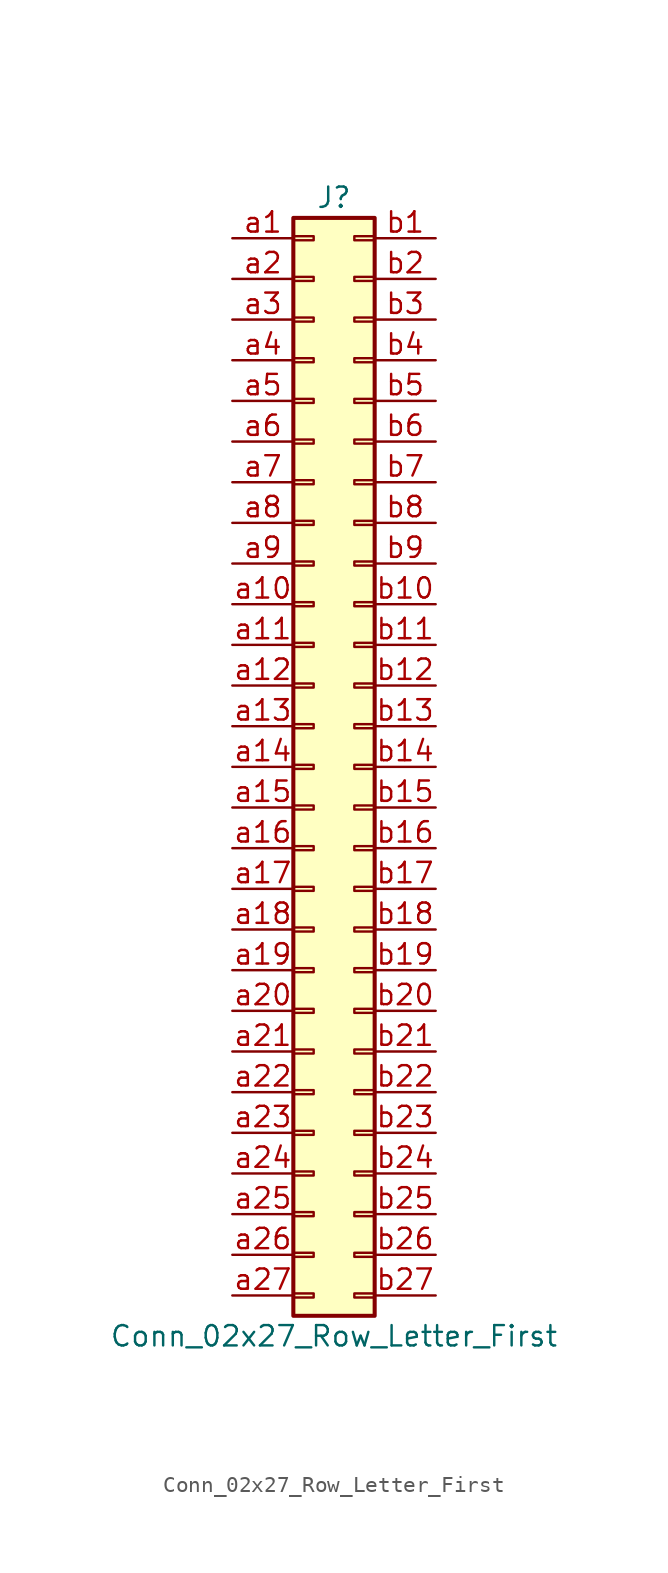
<source format=kicad_sym>
(kicad_symbol_lib
  (version 20220914)
  (generator kicad_symbol_editor)
  (symbol "Conn_02x27_Row_Letter_First"
    (pin_names
      (offset 1.016) hide)
    (property "Reference" "J"
      (at 1.27 35.56 0)
      (effects (font (size 1.27 1.27))))
    (property "Value" "Conn_02x27_Row_Letter_First"
      (at 1.27 -35.56 0)
      (effects (font (size 1.27 1.27))))
    (symbol "Conn_02x27_Row_Letter_First_1_1"
      (rectangle (start -1.27 -32.893) (end 0 -33.147) (stroke (width 0.152) (type solid)) (fill (type none)))
      (rectangle (start -1.27 -30.353) (end 0 -30.607) (stroke (width 0.152) (type solid)) (fill (type none)))
      (rectangle (start -1.27 -27.813) (end 0 -28.067) (stroke (width 0.152) (type solid)) (fill (type none)))
      (rectangle (start -1.27 -25.273) (end 0 -25.527) (stroke (width 0.152) (type solid)) (fill (type none)))
      (rectangle (start -1.27 -22.733) (end 0 -22.987) (stroke (width 0.152) (type solid)) (fill (type none)))
      (rectangle (start -1.27 -20.193) (end 0 -20.447) (stroke (width 0.152) (type solid)) (fill (type none)))
      (rectangle (start -1.27 -17.653) (end 0 -17.907) (stroke (width 0.152) (type solid)) (fill (type none)))
      (rectangle (start -1.27 -15.113) (end 0 -15.367) (stroke (width 0.152) (type solid)) (fill (type none)))
      (rectangle (start -1.27 -12.573) (end 0 -12.827) (stroke (width 0.152) (type solid)) (fill (type none)))
      (rectangle (start -1.27 -10.033) (end 0 -10.287) (stroke (width 0.152) (type solid)) (fill (type none)))
      (rectangle (start -1.27 -7.493) (end 0 -7.747) (stroke (width 0.152) (type solid)) (fill (type none)))
      (rectangle (start -1.27 -4.953) (end 0 -5.207) (stroke (width 0.152) (type solid)) (fill (type none)))
      (rectangle (start -1.27 -2.413) (end 0 -2.667) (stroke (width 0.152) (type solid)) (fill (type none)))
      (rectangle (start -1.27 0.127) (end 0 -0.127) (stroke (width 0.152) (type solid)) (fill (type none)))
      (rectangle (start -1.27 2.667) (end 0 2.413) (stroke (width 0.152) (type solid)) (fill (type none)))
      (rectangle (start -1.27 5.207) (end 0 4.953) (stroke (width 0.152) (type solid)) (fill (type none)))
      (rectangle (start -1.27 7.747) (end 0 7.493) (stroke (width 0.152) (type solid)) (fill (type none)))
      (rectangle (start -1.27 10.287) (end 0 10.033) (stroke (width 0.152) (type solid)) (fill (type none)))
      (rectangle (start -1.27 12.827) (end 0 12.573) (stroke (width 0.152) (type solid)) (fill (type none)))
      (rectangle (start -1.27 15.367) (end 0 15.113) (stroke (width 0.152) (type solid)) (fill (type none)))
      (rectangle (start -1.27 17.907) (end 0 17.653) (stroke (width 0.152) (type solid)) (fill (type none)))
      (rectangle (start -1.27 20.447) (end 0 20.193) (stroke (width 0.152) (type solid)) (fill (type none)))
      (rectangle (start -1.27 22.987) (end 0 22.733) (stroke (width 0.152) (type solid)) (fill (type none)))
      (rectangle (start -1.27 25.527) (end 0 25.273) (stroke (width 0.152) (type solid)) (fill (type none)))
      (rectangle (start -1.27 28.067) (end 0 27.813) (stroke (width 0.152) (type solid)) (fill (type none)))
      (rectangle (start -1.27 30.607) (end 0 30.353) (stroke (width 0.152) (type solid)) (fill (type none)))
      (rectangle (start -1.27 33.147) (end 0 32.893) (stroke (width 0.152) (type solid)) (fill (type none)))
      (rectangle (start -1.27 34.29) (end 3.81 -34.29) (stroke (width 0.254) (type solid)) (fill (type background)))
      (rectangle (start 3.81 -32.893) (end 2.54 -33.147) (stroke (width 0.152) (type solid)) (fill (type none)))
      (rectangle (start 3.81 -30.353) (end 2.54 -30.607) (stroke (width 0.152) (type solid)) (fill (type none)))
      (rectangle (start 3.81 -27.813) (end 2.54 -28.067) (stroke (width 0.152) (type solid)) (fill (type none)))
      (rectangle (start 3.81 -25.273) (end 2.54 -25.527) (stroke (width 0.152) (type solid)) (fill (type none)))
      (rectangle (start 3.81 -22.733) (end 2.54 -22.987) (stroke (width 0.152) (type solid)) (fill (type none)))
      (rectangle (start 3.81 -20.193) (end 2.54 -20.447) (stroke (width 0.152) (type solid)) (fill (type none)))
      (rectangle (start 3.81 -17.653) (end 2.54 -17.907) (stroke (width 0.152) (type solid)) (fill (type none)))
      (rectangle (start 3.81 -15.113) (end 2.54 -15.367) (stroke (width 0.152) (type solid)) (fill (type none)))
      (rectangle (start 3.81 -12.573) (end 2.54 -12.827) (stroke (width 0.152) (type solid)) (fill (type none)))
      (rectangle (start 3.81 -10.033) (end 2.54 -10.287) (stroke (width 0.152) (type solid)) (fill (type none)))
      (rectangle (start 3.81 -7.493) (end 2.54 -7.747) (stroke (width 0.152) (type solid)) (fill (type none)))
      (rectangle (start 3.81 -4.953) (end 2.54 -5.207) (stroke (width 0.152) (type solid)) (fill (type none)))
      (rectangle (start 3.81 -2.413) (end 2.54 -2.667) (stroke (width 0.152) (type solid)) (fill (type none)))
      (rectangle (start 3.81 0.127) (end 2.54 -0.127) (stroke (width 0.152) (type solid)) (fill (type none)))
      (rectangle (start 3.81 2.667) (end 2.54 2.413) (stroke (width 0.152) (type solid)) (fill (type none)))
      (rectangle (start 3.81 5.207) (end 2.54 4.953) (stroke (width 0.152) (type solid)) (fill (type none)))
      (rectangle (start 3.81 7.747) (end 2.54 7.493) (stroke (width 0.152) (type solid)) (fill (type none)))
      (rectangle (start 3.81 10.287) (end 2.54 10.033) (stroke (width 0.152) (type solid)) (fill (type none)))
      (rectangle (start 3.81 12.827) (end 2.54 12.573) (stroke (width 0.152) (type solid)) (fill (type none)))
      (rectangle (start 3.81 15.367) (end 2.54 15.113) (stroke (width 0.152) (type solid)) (fill (type none)))
      (rectangle (start 3.81 17.907) (end 2.54 17.653) (stroke (width 0.152) (type solid)) (fill (type none)))
      (rectangle (start 3.81 20.447) (end 2.54 20.193) (stroke (width 0.152) (type solid)) (fill (type none)))
      (rectangle (start 3.81 22.987) (end 2.54 22.733) (stroke (width 0.152) (type solid)) (fill (type none)))
      (rectangle (start 3.81 25.527) (end 2.54 25.273) (stroke (width 0.152) (type solid)) (fill (type none)))
      (rectangle (start 3.81 28.067) (end 2.54 27.813) (stroke (width 0.152) (type solid)) (fill (type none)))
      (rectangle (start 3.81 30.607) (end 2.54 30.353) (stroke (width 0.152) (type solid)) (fill (type none)))
      (rectangle (start 3.81 33.147) (end 2.54 32.893) (stroke (width 0.152) (type solid)) (fill (type none)))
      (pin passive line (at -5.08 33.02 0) (length 3.81) (name "Pin_a1" (effects (font (size 1.27 1.27)))) (number "a1" (effects (font (size 1.27 1.27)))))
      (pin passive line (at -5.08 10.16 0) (length 3.81) (name "Pin_a10" (effects (font (size 1.27 1.27)))) (number "a10" (effects (font (size 1.27 1.27)))))
      (pin passive line (at -5.08 7.62 0) (length 3.81) (name "Pin_a11" (effects (font (size 1.27 1.27)))) (number "a11" (effects (font (size 1.27 1.27)))))
      (pin passive line (at -5.08 5.08 0) (length 3.81) (name "Pin_a12" (effects (font (size 1.27 1.27)))) (number "a12" (effects (font (size 1.27 1.27)))))
      (pin passive line (at -5.08 2.54 0) (length 3.81) (name "Pin_a13" (effects (font (size 1.27 1.27)))) (number "a13" (effects (font (size 1.27 1.27)))))
      (pin passive line (at -5.08 0 0) (length 3.81) (name "Pin_a14" (effects (font (size 1.27 1.27)))) (number "a14" (effects (font (size 1.27 1.27)))))
      (pin passive line (at -5.08 -2.54 0) (length 3.81) (name "Pin_a15" (effects (font (size 1.27 1.27)))) (number "a15" (effects (font (size 1.27 1.27)))))
      (pin passive line (at -5.08 -5.08 0) (length 3.81) (name "Pin_a16" (effects (font (size 1.27 1.27)))) (number "a16" (effects (font (size 1.27 1.27)))))
      (pin passive line (at -5.08 -7.62 0) (length 3.81) (name "Pin_a17" (effects (font (size 1.27 1.27)))) (number "a17" (effects (font (size 1.27 1.27)))))
      (pin passive line (at -5.08 -10.16 0) (length 3.81) (name "Pin_a18" (effects (font (size 1.27 1.27)))) (number "a18" (effects (font (size 1.27 1.27)))))
      (pin passive line (at -5.08 -12.7 0) (length 3.81) (name "Pin_a19" (effects (font (size 1.27 1.27)))) (number "a19" (effects (font (size 1.27 1.27)))))
      (pin passive line (at -5.08 30.48 0) (length 3.81) (name "Pin_a2" (effects (font (size 1.27 1.27)))) (number "a2" (effects (font (size 1.27 1.27)))))
      (pin passive line (at -5.08 -15.24 0) (length 3.81) (name "Pin_a20" (effects (font (size 1.27 1.27)))) (number "a20" (effects (font (size 1.27 1.27)))))
      (pin passive line (at -5.08 -17.78 0) (length 3.81) (name "Pin_a21" (effects (font (size 1.27 1.27)))) (number "a21" (effects (font (size 1.27 1.27)))))
      (pin passive line (at -5.08 -20.32 0) (length 3.81) (name "Pin_a22" (effects (font (size 1.27 1.27)))) (number "a22" (effects (font (size 1.27 1.27)))))
      (pin passive line (at -5.08 -22.86 0) (length 3.81) (name "Pin_a23" (effects (font (size 1.27 1.27)))) (number "a23" (effects (font (size 1.27 1.27)))))
      (pin passive line (at -5.08 -25.4 0) (length 3.81) (name "Pin_a24" (effects (font (size 1.27 1.27)))) (number "a24" (effects (font (size 1.27 1.27)))))
      (pin passive line (at -5.08 -27.94 0) (length 3.81) (name "Pin_a25" (effects (font (size 1.27 1.27)))) (number "a25" (effects (font (size 1.27 1.27)))))
      (pin passive line (at -5.08 -30.48 0) (length 3.81) (name "Pin_a26" (effects (font (size 1.27 1.27)))) (number "a26" (effects (font (size 1.27 1.27)))))
      (pin passive line (at -5.08 -33.02 0) (length 3.81) (name "Pin_a27" (effects (font (size 1.27 1.27)))) (number "a27" (effects (font (size 1.27 1.27)))))
      (pin passive line (at -5.08 27.94 0) (length 3.81) (name "Pin_a3" (effects (font (size 1.27 1.27)))) (number "a3" (effects (font (size 1.27 1.27)))))
      (pin passive line (at -5.08 25.4 0) (length 3.81) (name "Pin_a4" (effects (font (size 1.27 1.27)))) (number "a4" (effects (font (size 1.27 1.27)))))
      (pin passive line (at -5.08 22.86 0) (length 3.81) (name "Pin_a5" (effects (font (size 1.27 1.27)))) (number "a5" (effects (font (size 1.27 1.27)))))
      (pin passive line (at -5.08 20.32 0) (length 3.81) (name "Pin_a6" (effects (font (size 1.27 1.27)))) (number "a6" (effects (font (size 1.27 1.27)))))
      (pin passive line (at -5.08 17.78 0) (length 3.81) (name "Pin_a7" (effects (font (size 1.27 1.27)))) (number "a7" (effects (font (size 1.27 1.27)))))
      (pin passive line (at -5.08 15.24 0) (length 3.81) (name "Pin_a8" (effects (font (size 1.27 1.27)))) (number "a8" (effects (font (size 1.27 1.27)))))
      (pin passive line (at -5.08 12.7 0) (length 3.81) (name "Pin_a9" (effects (font (size 1.27 1.27)))) (number "a9" (effects (font (size 1.27 1.27)))))
      (pin passive line (at 7.62 33.02 180) (length 3.81) (name "Pin_b1" (effects (font (size 1.27 1.27)))) (number "b1" (effects (font (size 1.27 1.27)))))
      (pin passive line (at 7.62 10.16 180) (length 3.81) (name "Pin_b10" (effects (font (size 1.27 1.27)))) (number "b10" (effects (font (size 1.27 1.27)))))
      (pin passive line (at 7.62 7.62 180) (length 3.81) (name "Pin_b11" (effects (font (size 1.27 1.27)))) (number "b11" (effects (font (size 1.27 1.27)))))
      (pin passive line (at 7.62 5.08 180) (length 3.81) (name "Pin_b12" (effects (font (size 1.27 1.27)))) (number "b12" (effects (font (size 1.27 1.27)))))
      (pin passive line (at 7.62 2.54 180) (length 3.81) (name "Pin_b13" (effects (font (size 1.27 1.27)))) (number "b13" (effects (font (size 1.27 1.27)))))
      (pin passive line (at 7.62 0 180) (length 3.81) (name "Pin_b14" (effects (font (size 1.27 1.27)))) (number "b14" (effects (font (size 1.27 1.27)))))
      (pin passive line (at 7.62 -2.54 180) (length 3.81) (name "Pin_b15" (effects (font (size 1.27 1.27)))) (number "b15" (effects (font (size 1.27 1.27)))))
      (pin passive line (at 7.62 -5.08 180) (length 3.81) (name "Pin_b16" (effects (font (size 1.27 1.27)))) (number "b16" (effects (font (size 1.27 1.27)))))
      (pin passive line (at 7.62 -7.62 180) (length 3.81) (name "Pin_b17" (effects (font (size 1.27 1.27)))) (number "b17" (effects (font (size 1.27 1.27)))))
      (pin passive line (at 7.62 -10.16 180) (length 3.81) (name "Pin_b18" (effects (font (size 1.27 1.27)))) (number "b18" (effects (font (size 1.27 1.27)))))
      (pin passive line (at 7.62 -12.7 180) (length 3.81) (name "Pin_b19" (effects (font (size 1.27 1.27)))) (number "b19" (effects (font (size 1.27 1.27)))))
      (pin passive line (at 7.62 30.48 180) (length 3.81) (name "Pin_b2" (effects (font (size 1.27 1.27)))) (number "b2" (effects (font (size 1.27 1.27)))))
      (pin passive line (at 7.62 -15.24 180) (length 3.81) (name "Pin_b20" (effects (font (size 1.27 1.27)))) (number "b20" (effects (font (size 1.27 1.27)))))
      (pin passive line (at 7.62 -17.78 180) (length 3.81) (name "Pin_b21" (effects (font (size 1.27 1.27)))) (number "b21" (effects (font (size 1.27 1.27)))))
      (pin passive line (at 7.62 -20.32 180) (length 3.81) (name "Pin_b22" (effects (font (size 1.27 1.27)))) (number "b22" (effects (font (size 1.27 1.27)))))
      (pin passive line (at 7.62 -22.86 180) (length 3.81) (name "Pin_b23" (effects (font (size 1.27 1.27)))) (number "b23" (effects (font (size 1.27 1.27)))))
      (pin passive line (at 7.62 -25.4 180) (length 3.81) (name "Pin_b24" (effects (font (size 1.27 1.27)))) (number "b24" (effects (font (size 1.27 1.27)))))
      (pin passive line (at 7.62 -27.94 180) (length 3.81) (name "Pin_b25" (effects (font (size 1.27 1.27)))) (number "b25" (effects (font (size 1.27 1.27)))))
      (pin passive line (at 7.62 -30.48 180) (length 3.81) (name "Pin_b26" (effects (font (size 1.27 1.27)))) (number "b26" (effects (font (size 1.27 1.27)))))
      (pin passive line (at 7.62 -33.02 180) (length 3.81) (name "Pin_b27" (effects (font (size 1.27 1.27)))) (number "b27" (effects (font (size 1.27 1.27)))))
      (pin passive line (at 7.62 27.94 180) (length 3.81) (name "Pin_b3" (effects (font (size 1.27 1.27)))) (number "b3" (effects (font (size 1.27 1.27)))))
      (pin passive line (at 7.62 25.4 180) (length 3.81) (name "Pin_b4" (effects (font (size 1.27 1.27)))) (number "b4" (effects (font (size 1.27 1.27)))))
      (pin passive line (at 7.62 22.86 180) (length 3.81) (name "Pin_b5" (effects (font (size 1.27 1.27)))) (number "b5" (effects (font (size 1.27 1.27)))))
      (pin passive line (at 7.62 20.32 180) (length 3.81) (name "Pin_b6" (effects (font (size 1.27 1.27)))) (number "b6" (effects (font (size 1.27 1.27)))))
      (pin passive line (at 7.62 17.78 180) (length 3.81) (name "Pin_b7" (effects (font (size 1.27 1.27)))) (number "b7" (effects (font (size 1.27 1.27)))))
      (pin passive line (at 7.62 15.24 180) (length 3.81) (name "Pin_b8" (effects (font (size 1.27 1.27)))) (number "b8" (effects (font (size 1.27 1.27)))))
      (pin passive line (at 7.62 12.7 180) (length 3.81) (name "Pin_b9" (effects (font (size 1.27 1.27)))) (number "b9" (effects (font (size 1.27 1.27))))))))
</source>
